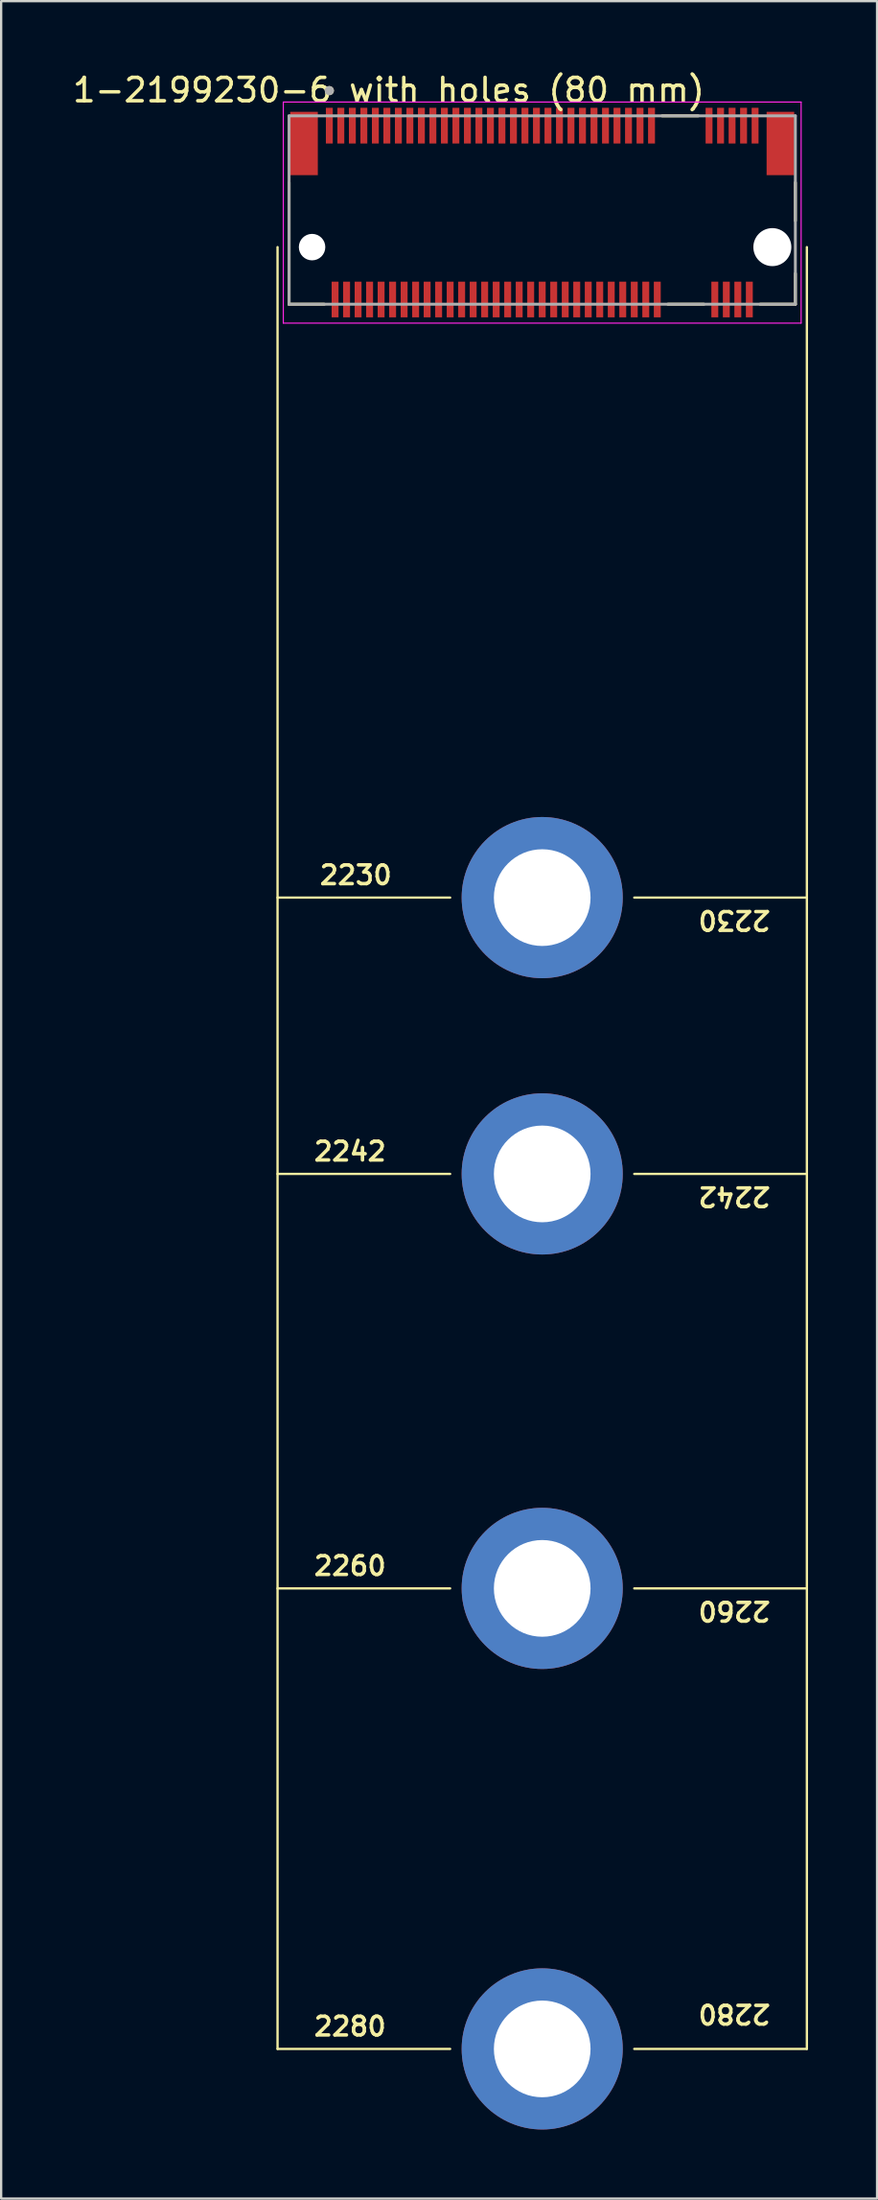
<source format=kicad_pcb>
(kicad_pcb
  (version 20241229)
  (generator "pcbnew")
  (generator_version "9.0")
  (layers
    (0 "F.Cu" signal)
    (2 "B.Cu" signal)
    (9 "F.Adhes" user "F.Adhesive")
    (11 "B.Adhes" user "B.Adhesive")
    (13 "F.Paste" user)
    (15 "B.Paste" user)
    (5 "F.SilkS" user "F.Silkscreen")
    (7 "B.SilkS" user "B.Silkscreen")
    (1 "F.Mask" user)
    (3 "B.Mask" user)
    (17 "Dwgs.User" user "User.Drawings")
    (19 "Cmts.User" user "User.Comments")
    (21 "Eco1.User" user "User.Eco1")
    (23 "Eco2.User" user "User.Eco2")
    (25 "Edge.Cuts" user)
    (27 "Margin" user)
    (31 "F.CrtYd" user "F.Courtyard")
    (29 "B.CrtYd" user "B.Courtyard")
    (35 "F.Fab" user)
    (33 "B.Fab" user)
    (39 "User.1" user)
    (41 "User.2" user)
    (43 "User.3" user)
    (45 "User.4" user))
  (footprint "1-2199230-6 with holes (80 mm)"
    (layer "F.Cu")
    (at 20.51 7.682)
    (property "Reference" "1-2199230-6 with holes (80 mm)" (at -6.668 -6.82 0) (layer "F.SilkS") (effects (font (size 1.016 1.016) (thickness 0.152))))
    (attr smd)
    (fp_line (start -11.5 0) (end -11.5 78.25) (stroke (width 0.1) (type default)) (layer "F.SilkS"))
    (fp_line (start -11.5 28.25) (end -4 28.25) (stroke (width 0.1) (type default)) (layer "F.SilkS"))
    (fp_line (start -11.5 40.25) (end -4 40.25) (stroke (width 0.1) (type default)) (layer "F.SilkS"))
    (fp_line (start -11.5 58.25) (end -4 58.25) (stroke (width 0.1) (type default)) (layer "F.SilkS"))
    (fp_line (start -11.5 78.25) (end -4 78.25) (stroke (width 0.1) (type default)) (layer "F.SilkS"))
    (fp_line (start -11 2.48) (end -11 -2.805) (stroke (width 0.127) (type solid)) (layer "F.SilkS"))
    (fp_line (start -9.47 2.48) (end -11 2.48) (stroke (width 0.127) (type solid)) (layer "F.SilkS"))
    (fp_line (start 4 28.25) (end 11.5 28.25) (stroke (width 0.1) (type default)) (layer "F.SilkS"))
    (fp_line (start 4 40.25) (end 11.5 40.25) (stroke (width 0.1) (type default)) (layer "F.SilkS"))
    (fp_line (start 4 58.25) (end 11.5 58.25) (stroke (width 0.1) (type default)) (layer "F.SilkS"))
    (fp_line (start 4 78.25) (end 11.5 78.25) (stroke (width 0.1) (type default)) (layer "F.SilkS"))
    (fp_line (start 5.213 -5.7) (end 6.777 -5.7) (stroke (width 0.127) (type solid)) (layer "F.SilkS"))
    (fp_line (start 5.463 2.48) (end 7.027 2.48) (stroke (width 0.127) (type solid)) (layer "F.SilkS"))
    (fp_line (start 11 -2.805) (end 11 -1.145) (stroke (width 0.127) (type solid)) (layer "F.SilkS"))
    (fp_line (start 11 2.48) (end 9.47 2.48) (stroke (width 0.127) (type solid)) (layer "F.SilkS"))
    (fp_line (start 11 2.48) (end 11 1.145) (stroke (width 0.127) (type solid)) (layer "F.SilkS"))
    (fp_line (start 11.5 78.25) (end 11.5 0) (stroke (width 0.1) (type default)) (layer "F.SilkS"))
    (fp_circle (center -9.25 -6.796) (end -9.15 -6.796) (stroke (width 0.2) (type solid)) (fill no) (layer "F.SilkS"))
    (fp_line (start -11.25 -6.3) (end -11.25 3.3) (stroke (width 0.05) (type solid)) (layer "F.CrtYd"))
    (fp_line (start -11.25 3.3) (end 11.25 3.3) (stroke (width 0.05) (type solid)) (layer "F.CrtYd"))
    (fp_line (start 11.25 -6.3) (end -11.25 -6.3) (stroke (width 0.05) (type solid)) (layer "F.CrtYd"))
    (fp_line (start 11.25 3.3) (end 11.25 -6.3) (stroke (width 0.05) (type solid)) (layer "F.CrtYd"))
    (fp_line (start -11 -5.7) (end 11 -5.7) (stroke (width 0.127) (type solid)) (layer "F.Fab"))
    (fp_line (start -11 2.48) (end -11 -5.7) (stroke (width 0.127) (type solid)) (layer "F.Fab"))
    (fp_line (start 11 -5.7) (end 11 2.48) (stroke (width 0.127) (type solid)) (layer "F.Fab"))
    (fp_line (start 11 2.48) (end -11 2.48) (stroke (width 0.127) (type solid)) (layer "F.Fab"))
    (fp_circle (center -9.25 -6.796) (end -9.15 -6.796) (stroke (width 0.2) (type solid)) (fill no) (layer "F.Fab"))
    (fp_text user "2260" (at 10 58.75 180) (unlocked yes) (layer "F.SilkS") (effects (font (size 0.813 0.813) (thickness 0.152) (bold yes)) (justify left bottom)))
    (fp_text user "2242" (at 10 40.75 180) (unlocked yes) (layer "F.SilkS") (effects (font (size 0.813 0.813) (thickness 0.152) (bold yes)) (justify left bottom)))
    (fp_text user "2230" (at 10 28.75 180) (unlocked yes) (layer "F.SilkS") (effects (font (size 0.813 0.813) (thickness 0.152) (bold yes)) (justify left bottom)))
    (fp_text user "2280" (at 10 76.25 180) (unlocked yes) (layer "F.SilkS") (effects (font (size 0.813 0.813) (thickness 0.152) (bold yes)) (justify left bottom)))
    (fp_text user "2260" (at -10 57.75 0) (unlocked yes) (layer "F.SilkS") (effects (font (size 0.813 0.813) (thickness 0.152) (bold yes)) (justify left bottom)))
    (fp_text user "2230" (at -9.75 27.75 0) (unlocked yes) (layer "F.SilkS") (effects (font (size 0.813 0.813) (thickness 0.152) (bold yes)) (justify left bottom)))
    (fp_text user "2242" (at -10 39.75 0) (unlocked yes) (layer "F.SilkS") (effects (font (size 0.813 0.813) (thickness 0.152) (bold yes)) (justify left bottom)))
    (fp_text user "2280" (at -10 77.75 0) (unlocked yes) (layer "F.SilkS") (effects (font (size 0.813 0.813) (thickness 0.152) (bold yes)) (justify left bottom)))
    (pad "" np_thru_hole circle (at -10 0) (size 1.15 1.15) (drill 1.15) (layers "*.Cu" "*.Mask"))
    (pad "" np_thru_hole circle (at 10 0) (size 1.65 1.65) (drill 1.65) (layers "*.Cu" "*.Mask"))
    (pad "1" smd rect (at -9.25 -5.275) (size 0.3 1.55) (layers "F.Cu" "F.Mask" "F.Paste"))
    (pad "2" smd rect (at -9 2.275) (size 0.3 1.55) (layers "F.Cu" "F.Mask" "F.Paste"))
    (pad "3" smd rect (at -8.75 -5.275) (size 0.3 1.55) (layers "F.Cu" "F.Mask" "F.Paste"))
    (pad "4" smd rect (at -8.5 2.275) (size 0.3 1.55) (layers "F.Cu" "F.Mask" "F.Paste"))
    (pad "5" smd rect (at -8.25 -5.275) (size 0.3 1.55) (layers "F.Cu" "F.Mask" "F.Paste"))
    (pad "6" smd rect (at -8 2.275) (size 0.3 1.55) (layers "F.Cu" "F.Mask" "F.Paste"))
    (pad "7" smd rect (at -7.75 -5.275) (size 0.3 1.55) (layers "F.Cu" "F.Mask" "F.Paste"))
    (pad "8" smd rect (at -7.5 2.275) (size 0.3 1.55) (layers "F.Cu" "F.Mask" "F.Paste"))
    (pad "9" smd rect (at -7.25 -5.275) (size 0.3 1.55) (layers "F.Cu" "F.Mask" "F.Paste"))
    (pad "10" smd rect (at -7 2.275) (size 0.3 1.55) (layers "F.Cu" "F.Mask" "F.Paste"))
    (pad "11" smd rect (at -6.75 -5.275) (size 0.3 1.55) (layers "F.Cu" "F.Mask" "F.Paste"))
    (pad "12" smd rect (at -6.5 2.275) (size 0.3 1.55) (layers "F.Cu" "F.Mask" "F.Paste"))
    (pad "13" smd rect (at -6.25 -5.275) (size 0.3 1.55) (layers "F.Cu" "F.Mask" "F.Paste"))
    (pad "14" smd rect (at -6 2.275) (size 0.3 1.55) (layers "F.Cu" "F.Mask" "F.Paste"))
    (pad "15" smd rect (at -5.75 -5.275) (size 0.3 1.55) (layers "F.Cu" "F.Mask" "F.Paste"))
    (pad "16" smd rect (at -5.5 2.275) (size 0.3 1.55) (layers "F.Cu" "F.Mask" "F.Paste"))
    (pad "17" smd rect (at -5.25 -5.275) (size 0.3 1.55) (layers "F.Cu" "F.Mask" "F.Paste"))
    (pad "18" smd rect (at -5 2.275) (size 0.3 1.55) (layers "F.Cu" "F.Mask" "F.Paste"))
    (pad "19" smd rect (at -4.75 -5.275) (size 0.3 1.55) (layers "F.Cu" "F.Mask" "F.Paste"))
    (pad "20" smd rect (at -4.5 2.275) (size 0.3 1.55) (layers "F.Cu" "F.Mask" "F.Paste"))
    (pad "21" smd rect (at -4.25 -5.275) (size 0.3 1.55) (layers "F.Cu" "F.Mask" "F.Paste"))
    (pad "22" smd rect (at -4 2.275) (size 0.3 1.55) (layers "F.Cu" "F.Mask" "F.Paste"))
    (pad "23" smd rect (at -3.75 -5.275) (size 0.3 1.55) (layers "F.Cu" "F.Mask" "F.Paste"))
    (pad "24" smd rect (at -3.5 2.275) (size 0.3 1.55) (layers "F.Cu" "F.Mask" "F.Paste"))
    (pad "25" smd rect (at -3.25 -5.275) (size 0.3 1.55) (layers "F.Cu" "F.Mask" "F.Paste"))
    (pad "26" smd rect (at -3 2.275) (size 0.3 1.55) (layers "F.Cu" "F.Mask" "F.Paste"))
    (pad "27" smd rect (at -2.75 -5.275) (size 0.3 1.55) (layers "F.Cu" "F.Mask" "F.Paste"))
    (pad "28" smd rect (at -2.5 2.275) (size 0.3 1.55) (layers "F.Cu" "F.Mask" "F.Paste"))
    (pad "29" smd rect (at -2.25 -5.275) (size 0.3 1.55) (layers "F.Cu" "F.Mask" "F.Paste"))
    (pad "30" smd rect (at -2 2.275) (size 0.3 1.55) (layers "F.Cu" "F.Mask" "F.Paste"))
    (pad "31" smd rect (at -1.75 -5.275) (size 0.3 1.55) (layers "F.Cu" "F.Mask" "F.Paste"))
    (pad "32" smd rect (at -1.5 2.275) (size 0.3 1.55) (layers "F.Cu" "F.Mask" "F.Paste"))
    (pad "33" smd rect (at -1.25 -5.275) (size 0.3 1.55) (layers "F.Cu" "F.Mask" "F.Paste"))
    (pad "34" smd rect (at -1 2.275) (size 0.3 1.55) (layers "F.Cu" "F.Mask" "F.Paste"))
    (pad "35" smd rect (at -0.75 -5.275) (size 0.3 1.55) (layers "F.Cu" "F.Mask" "F.Paste"))
    (pad "36" smd rect (at -0.5 2.275) (size 0.3 1.55) (layers "F.Cu" "F.Mask" "F.Paste"))
    (pad "37" smd rect (at -0.25 -5.275) (size 0.3 1.55) (layers "F.Cu" "F.Mask" "F.Paste"))
    (pad "38" smd rect (at 0 2.275) (size 0.3 1.55) (layers "F.Cu" "F.Mask" "F.Paste"))
    (pad "39" smd rect (at 0.25 -5.275) (size 0.3 1.55) (layers "F.Cu" "F.Mask" "F.Paste"))
    (pad "40" smd rect (at 0.5 2.275) (size 0.3 1.55) (layers "F.Cu" "F.Mask" "F.Paste"))
    (pad "41" smd rect (at 0.75 -5.275) (size 0.3 1.55) (layers "F.Cu" "F.Mask" "F.Paste"))
    (pad "42" smd rect (at 1 2.275) (size 0.3 1.55) (layers "F.Cu" "F.Mask" "F.Paste"))
    (pad "43" smd rect (at 1.25 -5.275) (size 0.3 1.55) (layers "F.Cu" "F.Mask" "F.Paste"))
    (pad "44" smd rect (at 1.5 2.275) (size 0.3 1.55) (layers "F.Cu" "F.Mask" "F.Paste"))
    (pad "45" smd rect (at 1.75 -5.275) (size 0.3 1.55) (layers "F.Cu" "F.Mask" "F.Paste"))
    (pad "46" smd rect (at 2 2.275) (size 0.3 1.55) (layers "F.Cu" "F.Mask" "F.Paste"))
    (pad "47" smd rect (at 2.25 -5.275) (size 0.3 1.55) (layers "F.Cu" "F.Mask" "F.Paste"))
    (pad "48" smd rect (at 2.5 2.275) (size 0.3 1.55) (layers "F.Cu" "F.Mask" "F.Paste"))
    (pad "49" smd rect (at 2.75 -5.275) (size 0.3 1.55) (layers "F.Cu" "F.Mask" "F.Paste"))
    (pad "50" smd rect (at 3 2.275) (size 0.3 1.55) (layers "F.Cu" "F.Mask" "F.Paste"))
    (pad "51" smd rect (at 3.25 -5.275) (size 0.3 1.55) (layers "F.Cu" "F.Mask" "F.Paste"))
    (pad "52" smd rect (at 3.5 2.275) (size 0.3 1.55) (layers "F.Cu" "F.Mask" "F.Paste"))
    (pad "53" smd rect (at 3.75 -5.275) (size 0.3 1.55) (layers "F.Cu" "F.Mask" "F.Paste"))
    (pad "54" smd rect (at 4 2.275) (size 0.3 1.55) (layers "F.Cu" "F.Mask" "F.Paste"))
    (pad "55" smd rect (at 4.25 -5.275) (size 0.3 1.55) (layers "F.Cu" "F.Mask" "F.Paste"))
    (pad "56" smd rect (at 4.5 2.275) (size 0.3 1.55) (layers "F.Cu" "F.Mask" "F.Paste"))
    (pad "57" smd rect (at 4.75 -5.275) (size 0.3 1.55) (layers "F.Cu" "F.Mask" "F.Paste"))
    (pad "58" smd rect (at 5 2.275) (size 0.3 1.55) (layers "F.Cu" "F.Mask" "F.Paste"))
    (pad "67" smd rect (at 7.25 -5.275) (size 0.3 1.55) (layers "F.Cu" "F.Mask" "F.Paste"))
    (pad "68" smd rect (at 7.5 2.275) (size 0.3 1.55) (layers "F.Cu" "F.Mask" "F.Paste"))
    (pad "69" smd rect (at 7.75 -5.275) (size 0.3 1.55) (layers "F.Cu" "F.Mask" "F.Paste"))
    (pad "70" smd rect (at 8 2.275) (size 0.3 1.55) (layers "F.Cu" "F.Mask" "F.Paste"))
    (pad "71" smd rect (at 8.25 -5.275) (size 0.3 1.55) (layers "F.Cu" "F.Mask" "F.Paste"))
    (pad "72" smd rect (at 8.5 2.275) (size 0.3 1.55) (layers "F.Cu" "F.Mask" "F.Paste"))
    (pad "73" smd rect (at 8.75 -5.275) (size 0.3 1.55) (layers "F.Cu" "F.Mask" "F.Paste"))
    (pad "74" smd rect (at 9 2.275) (size 0.3 1.55) (layers "F.Cu" "F.Mask" "F.Paste"))
    (pad "75" smd rect (at 9.25 -5.275) (size 0.3 1.55) (layers "F.Cu" "F.Mask" "F.Paste"))
    (pad "M1" thru_hole circle (at 0 28.25) (size 7 7) (drill 4.2) (layers "*.Cu" "*.Mask"))
    (pad "M2" thru_hole circle (at 0 40.25) (size 7 7) (drill 4.2) (layers "*.Cu" "*.Mask"))
    (pad "M3" thru_hole circle (at 0 58.25) (size 7 7) (drill 4.2) (layers "*.Cu" "*.Mask"))
    (pad "M4" thru_hole circle (at 0 78.25) (size 7 7) (drill 4.2) (layers "*.Cu" "*.Mask"))
    (pad "SH" smd rect (at -10.35 -4.5) (size 1.2 2.75) (layers "F.Cu" "F.Mask" "F.Paste"))
    (pad "SH" smd rect (at 10.35 -4.5) (size 1.2 2.75) (layers "F.Cu" "F.Mask" "F.Paste")))
  (gr_rect
    (start -3 -3)
    (end 35.06 92.432)
    (stroke (width 0.1) (type default))
    (fill no)
    (layer "Edge.Cuts")))
</source>
